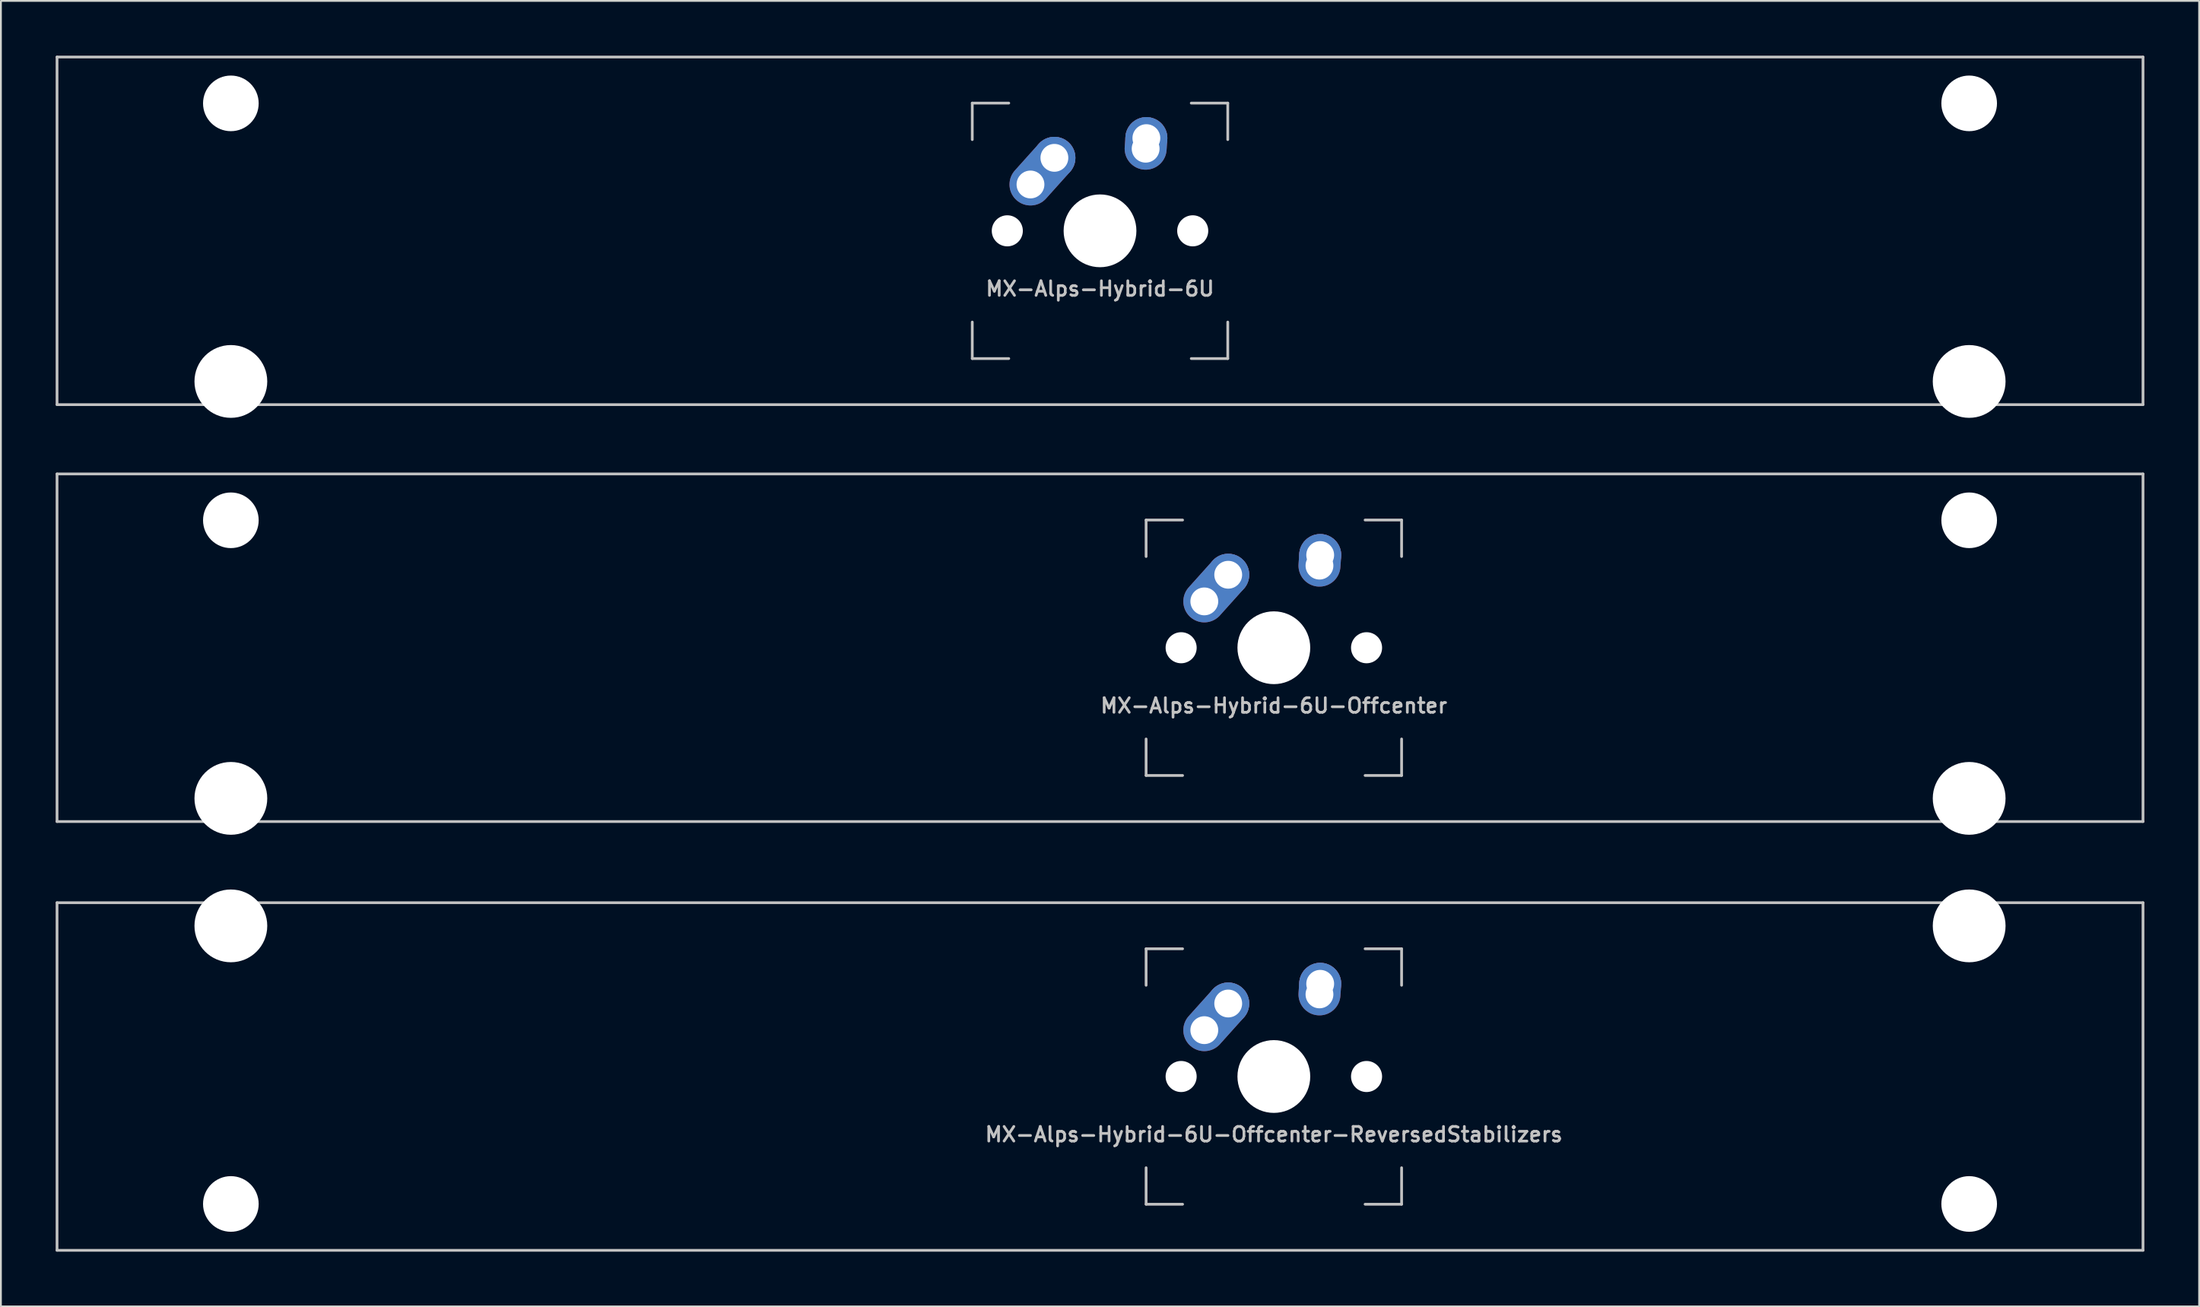
<source format=kicad_pcb>
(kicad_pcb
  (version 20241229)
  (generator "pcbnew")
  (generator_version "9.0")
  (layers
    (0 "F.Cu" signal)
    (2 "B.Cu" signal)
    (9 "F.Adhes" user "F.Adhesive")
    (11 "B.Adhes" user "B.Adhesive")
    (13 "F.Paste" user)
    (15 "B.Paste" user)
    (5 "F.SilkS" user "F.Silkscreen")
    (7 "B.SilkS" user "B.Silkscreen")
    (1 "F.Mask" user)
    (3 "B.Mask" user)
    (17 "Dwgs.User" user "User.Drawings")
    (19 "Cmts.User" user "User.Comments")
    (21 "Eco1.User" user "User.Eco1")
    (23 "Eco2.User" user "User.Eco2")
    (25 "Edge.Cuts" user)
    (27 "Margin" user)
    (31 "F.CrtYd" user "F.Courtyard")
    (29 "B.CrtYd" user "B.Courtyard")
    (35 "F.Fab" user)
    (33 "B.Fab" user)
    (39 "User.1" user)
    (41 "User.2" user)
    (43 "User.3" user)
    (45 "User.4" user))
  (footprint "MX-Alps-Hybrid-6U-Offcenter"
    (layer "F.Cu")
    (at 66.75 32.449)
    (property "Reference" "MX-Alps-Hybrid-6U-Offcenter" (at 0 3.175 0) (layer "Dwgs.User") (effects (font (size 0.8 0.8) (thickness 0.15))))
    (attr through_hole)
    (fp_line (start -66.675 -9.525) (end 47.625 -9.525) (stroke (width 0.15) (type solid)) (layer "Dwgs.User"))
    (fp_line (start -66.675 9.525) (end -66.675 -9.525) (stroke (width 0.15) (type solid)) (layer "Dwgs.User"))
    (fp_line (start -66.675 9.525) (end 47.625 9.525) (stroke (width 0.15) (type solid)) (layer "Dwgs.User"))
    (fp_line (start -7 -7) (end -7 -5) (stroke (width 0.15) (type solid)) (layer "Dwgs.User"))
    (fp_line (start -7 5) (end -7 7) (stroke (width 0.15) (type solid)) (layer "Dwgs.User"))
    (fp_line (start -7 7) (end -5 7) (stroke (width 0.15) (type solid)) (layer "Dwgs.User"))
    (fp_line (start -5 -7) (end -7 -7) (stroke (width 0.15) (type solid)) (layer "Dwgs.User"))
    (fp_line (start 5 -7) (end 7 -7) (stroke (width 0.15) (type solid)) (layer "Dwgs.User"))
    (fp_line (start 5 7) (end 7 7) (stroke (width 0.15) (type solid)) (layer "Dwgs.User"))
    (fp_line (start 7 -7) (end 7 -5) (stroke (width 0.15) (type solid)) (layer "Dwgs.User"))
    (fp_line (start 7 7) (end 7 5) (stroke (width 0.15) (type solid)) (layer "Dwgs.User"))
    (fp_line (start 47.625 9.525) (end 47.625 -9.525) (stroke (width 0.15) (type solid)) (layer "Dwgs.User"))
    (pad "" np_thru_hole circle (at -57.15 -6.985) (size 3.048 3.048) (drill 3.048) (layers "*.Cu" "*.Mask"))
    (pad "" np_thru_hole circle (at -57.15 8.255) (size 3.988 3.988) (drill 3.988) (layers "*.Cu" "*.Mask"))
    (pad "" np_thru_hole circle (at -5.08 0 48.099) (size 1.702 1.702) (drill 1.702) (layers "*.Cu" "*.Mask"))
    (pad "" np_thru_hole circle (at 0 0) (size 3.988 3.988) (drill 3.988) (layers "*.Cu" "*.Mask"))
    (pad "" np_thru_hole circle (at 5.08 0 48.099) (size 1.702 1.702) (drill 1.702) (layers "*.Cu" "*.Mask"))
    (pad "" np_thru_hole circle (at 38.1 -6.985) (size 3.048 3.048) (drill 3.048) (layers "*.Cu" "*.Mask"))
    (pad "" np_thru_hole circle (at 38.1 8.255) (size 3.988 3.988) (drill 3.988) (layers "*.Cu" "*.Mask"))
    (pad "1" thru_hole oval (at -3.81 -2.54 48.099) (size 4.262 2.3) (drill 1.524 (offset 0.981 0)) (layers "*.Cu" "B.Mask"))
    (pad "1" thru_hole circle (at -2.5 -4) (size 2.3 2.3) (drill 1.524) (layers "*.Cu" "B.Mask"))
    (pad "2" thru_hole oval (at 2.5 -4.5 86.054) (size 2.881 2.3) (drill 1.524 (offset 0.291 0)) (layers "*.Cu" "B.Mask"))
    (pad "2" thru_hole circle (at 2.54 -5.08) (size 2.3 2.3) (drill 1.524) (layers "*.Cu" "B.Mask")))
  (footprint "MX-Alps-Hybrid-6U-Offcenter-ReversedStabilizers"
    (layer "F.Cu")
    (at 66.75 55.947)
    (property "Reference" "MX-Alps-Hybrid-6U-Offcenter-ReversedStabilizers" (at 0 3.175 0) (layer "Dwgs.User") (effects (font (size 0.8 0.8) (thickness 0.15))))
    (attr through_hole)
    (fp_line (start -66.675 -9.525) (end 47.625 -9.525) (stroke (width 0.15) (type solid)) (layer "Dwgs.User"))
    (fp_line (start -66.675 9.525) (end -66.675 -9.525) (stroke (width 0.15) (type solid)) (layer "Dwgs.User"))
    (fp_line (start -66.675 9.525) (end 47.625 9.525) (stroke (width 0.15) (type solid)) (layer "Dwgs.User"))
    (fp_line (start -7 -7) (end -7 -5) (stroke (width 0.15) (type solid)) (layer "Dwgs.User"))
    (fp_line (start -7 5) (end -7 7) (stroke (width 0.15) (type solid)) (layer "Dwgs.User"))
    (fp_line (start -7 7) (end -5 7) (stroke (width 0.15) (type solid)) (layer "Dwgs.User"))
    (fp_line (start -5 -7) (end -7 -7) (stroke (width 0.15) (type solid)) (layer "Dwgs.User"))
    (fp_line (start 5 -7) (end 7 -7) (stroke (width 0.15) (type solid)) (layer "Dwgs.User"))
    (fp_line (start 5 7) (end 7 7) (stroke (width 0.15) (type solid)) (layer "Dwgs.User"))
    (fp_line (start 7 -7) (end 7 -5) (stroke (width 0.15) (type solid)) (layer "Dwgs.User"))
    (fp_line (start 7 7) (end 7 5) (stroke (width 0.15) (type solid)) (layer "Dwgs.User"))
    (fp_line (start 47.625 9.525) (end 47.625 -9.525) (stroke (width 0.15) (type solid)) (layer "Dwgs.User"))
    (pad "" np_thru_hole circle (at -57.15 -8.255) (size 3.988 3.988) (drill 3.988) (layers "*.Cu" "*.Mask"))
    (pad "" np_thru_hole circle (at -57.15 6.985) (size 3.048 3.048) (drill 3.048) (layers "*.Cu" "*.Mask"))
    (pad "" np_thru_hole circle (at -5.08 0 48.099) (size 1.702 1.702) (drill 1.702) (layers "*.Cu" "*.Mask"))
    (pad "" np_thru_hole circle (at 0 0) (size 3.988 3.988) (drill 3.988) (layers "*.Cu" "*.Mask"))
    (pad "" np_thru_hole circle (at 5.08 0 48.099) (size 1.702 1.702) (drill 1.702) (layers "*.Cu" "*.Mask"))
    (pad "" np_thru_hole circle (at 38.1 -8.255) (size 3.988 3.988) (drill 3.988) (layers "*.Cu" "*.Mask"))
    (pad "" np_thru_hole circle (at 38.1 6.985) (size 3.048 3.048) (drill 3.048) (layers "*.Cu" "*.Mask"))
    (pad "1" thru_hole oval (at -3.81 -2.54 48.099) (size 4.262 2.3) (drill 1.524 (offset 0.981 0)) (layers "*.Cu" "B.Mask"))
    (pad "1" thru_hole circle (at -2.5 -4) (size 2.3 2.3) (drill 1.524) (layers "*.Cu" "B.Mask"))
    (pad "2" thru_hole oval (at 2.5 -4.5 86.054) (size 2.881 2.3) (drill 1.524 (offset 0.291 0)) (layers "*.Cu" "B.Mask"))
    (pad "2" thru_hole circle (at 2.54 -5.08) (size 2.3 2.3) (drill 1.524) (layers "*.Cu" "B.Mask")))
  (footprint "MX-Alps-Hybrid-6U"
    (layer "F.Cu")
    (at 57.225 9.6)
    (property "Reference" "MX-Alps-Hybrid-6U" (at 0 3.175 0) (layer "Dwgs.User") (effects (font (size 0.8 0.8) (thickness 0.15))))
    (attr through_hole)
    (fp_line (start -57.15 9.525) (end -57.15 -9.525) (stroke (width 0.15) (type solid)) (layer "Dwgs.User"))
    (fp_line (start -7 -7) (end -7 -5) (stroke (width 0.15) (type solid)) (layer "Dwgs.User"))
    (fp_line (start -7 5) (end -7 7) (stroke (width 0.15) (type solid)) (layer "Dwgs.User"))
    (fp_line (start -7 7) (end -5 7) (stroke (width 0.15) (type solid)) (layer "Dwgs.User"))
    (fp_line (start -5 -7) (end -7 -7) (stroke (width 0.15) (type solid)) (layer "Dwgs.User"))
    (fp_line (start 5 -7) (end 7 -7) (stroke (width 0.15) (type solid)) (layer "Dwgs.User"))
    (fp_line (start 5 7) (end 7 7) (stroke (width 0.15) (type solid)) (layer "Dwgs.User"))
    (fp_line (start 7 -7) (end 7 -5) (stroke (width 0.15) (type solid)) (layer "Dwgs.User"))
    (fp_line (start 7 7) (end 7 5) (stroke (width 0.15) (type solid)) (layer "Dwgs.User"))
    (fp_line (start 57.15 -9.525) (end -57.15 -9.525) (stroke (width 0.15) (type solid)) (layer "Dwgs.User"))
    (fp_line (start 57.15 9.525) (end -57.15 9.525) (stroke (width 0.15) (type solid)) (layer "Dwgs.User"))
    (fp_line (start 57.15 9.525) (end 57.15 -9.525) (stroke (width 0.15) (type solid)) (layer "Dwgs.User"))
    (pad "" np_thru_hole circle (at -47.625 -6.985) (size 3.048 3.048) (drill 3.048) (layers "*.Cu" "*.Mask"))
    (pad "" np_thru_hole circle (at -47.625 8.255) (size 3.988 3.988) (drill 3.988) (layers "*.Cu" "*.Mask"))
    (pad "" np_thru_hole circle (at -5.08 0 48.099) (size 1.702 1.702) (drill 1.702) (layers "*.Cu" "*.Mask"))
    (pad "" np_thru_hole circle (at 0 0) (size 3.988 3.988) (drill 3.988) (layers "*.Cu" "*.Mask"))
    (pad "" np_thru_hole circle (at 5.08 0 48.099) (size 1.702 1.702) (drill 1.702) (layers "*.Cu" "*.Mask"))
    (pad "" np_thru_hole circle (at 47.625 -6.985) (size 3.048 3.048) (drill 3.048) (layers "*.Cu" "*.Mask"))
    (pad "" np_thru_hole circle (at 47.625 8.255) (size 3.988 3.988) (drill 3.988) (layers "*.Cu" "*.Mask"))
    (pad "1" thru_hole oval (at -3.81 -2.54 48.099) (size 4.262 2.3) (drill 1.524 (offset 0.981 0)) (layers "*.Cu" "*.Mask"))
    (pad "1" thru_hole circle (at -2.5 -4) (size 2.3 2.3) (drill 1.524) (layers "*.Cu" "*.Mask"))
    (pad "2" thru_hole oval (at 2.5 -4.5 86.054) (size 2.881 2.3) (drill 1.524 (offset 0.291 0)) (layers "*.Cu" "*.Mask"))
    (pad "2" thru_hole circle (at 2.54 -5.08) (size 2.3 2.3) (drill 1.524) (layers "*.Cu" "*.Mask")))
  (gr_rect
    (start -3 -3)
    (end 117.45 68.547)
    (stroke (width 0.1) (type default))
    (fill no)
    (layer "Edge.Cuts")))
</source>
